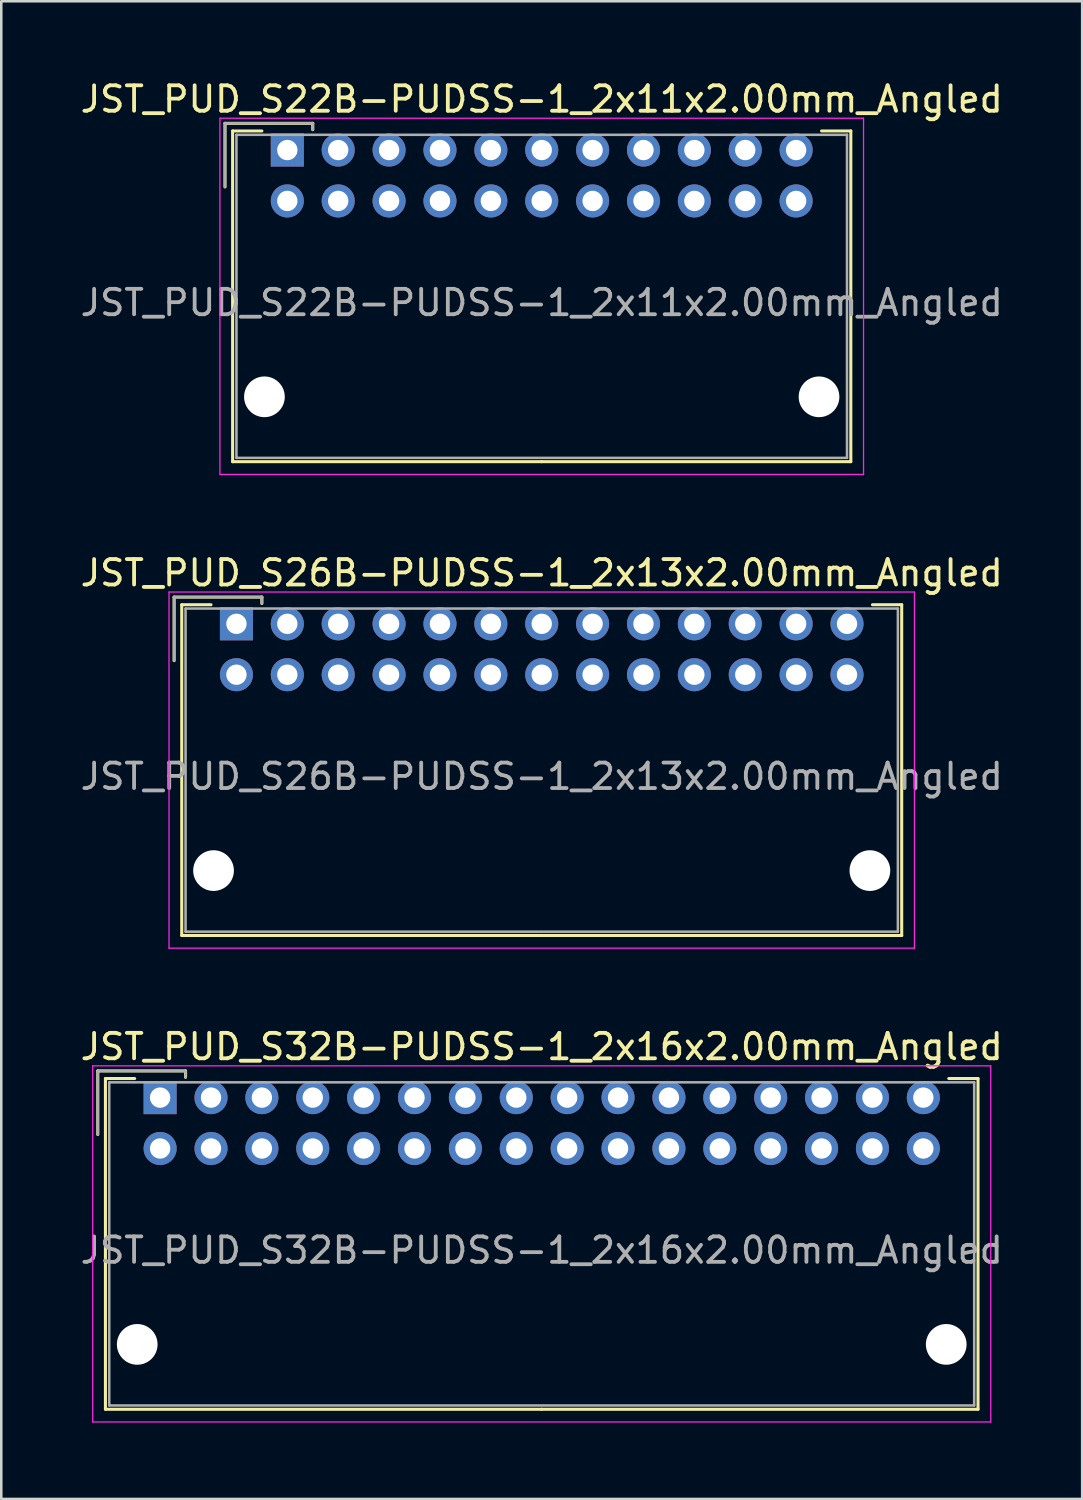
<source format=kicad_pcb>
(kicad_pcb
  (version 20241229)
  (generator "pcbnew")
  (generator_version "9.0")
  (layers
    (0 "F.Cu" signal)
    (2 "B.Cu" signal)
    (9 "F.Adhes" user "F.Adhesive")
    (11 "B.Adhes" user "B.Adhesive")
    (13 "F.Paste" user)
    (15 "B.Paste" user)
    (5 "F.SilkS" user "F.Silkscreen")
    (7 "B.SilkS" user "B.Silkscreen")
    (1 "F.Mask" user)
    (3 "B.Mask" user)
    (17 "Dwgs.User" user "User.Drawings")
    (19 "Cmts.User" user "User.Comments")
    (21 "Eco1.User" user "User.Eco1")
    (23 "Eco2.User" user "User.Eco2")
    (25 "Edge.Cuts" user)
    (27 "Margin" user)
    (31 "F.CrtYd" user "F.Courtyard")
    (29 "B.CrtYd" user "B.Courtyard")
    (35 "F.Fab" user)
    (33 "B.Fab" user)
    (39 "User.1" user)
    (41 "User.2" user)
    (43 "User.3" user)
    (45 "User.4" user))
  (footprint "JST_PUD_S22B-PUDSS-1_2x11x2.00mm_Angled"
    (layer "F.Cu")
    (at 8.244 2.848)
    (property "Reference" "JST_PUD_S22B-PUDSS-1_2x11x2.00mm_Angled" (at 10 -2 0) (layer "F.SilkS") (effects (font (size 1 1) (thickness 0.15))))
    (attr through_hole)
    (fp_line (start -2.45 -1.05) (end -2.45 1.45) (stroke (width 0.12) (type solid)) (layer "F.SilkS"))
    (fp_line (start -2.15 -0.75) (end -2.15 12.25) (stroke (width 0.12) (type solid)) (layer "F.SilkS"))
    (fp_line (start -2.15 12.25) (end 10 12.25) (stroke (width 0.12) (type solid)) (layer "F.SilkS"))
    (fp_line (start -1 -0.75) (end -2.15 -0.75) (stroke (width 0.12) (type solid)) (layer "F.SilkS"))
    (fp_line (start 1 -1.05) (end -2.45 -1.05) (stroke (width 0.12) (type solid)) (layer "F.SilkS"))
    (fp_line (start 1 -0.8) (end 1 -1.05) (stroke (width 0.12) (type solid)) (layer "F.SilkS"))
    (fp_line (start 21 -0.75) (end 22.15 -0.75) (stroke (width 0.12) (type solid)) (layer "F.SilkS"))
    (fp_line (start 22.15 -0.75) (end 22.15 12.25) (stroke (width 0.12) (type solid)) (layer "F.SilkS"))
    (fp_line (start 22.15 12.25) (end 10 12.25) (stroke (width 0.12) (type solid)) (layer "F.SilkS"))
    (fp_line (start -2.65 -1.25) (end -2.65 12.75) (stroke (width 0.05) (type solid)) (layer "F.CrtYd"))
    (fp_line (start -2.65 12.75) (end 22.65 12.75) (stroke (width 0.05) (type solid)) (layer "F.CrtYd"))
    (fp_line (start 22.65 -1.25) (end -2.65 -1.25) (stroke (width 0.05) (type solid)) (layer "F.CrtYd"))
    (fp_line (start 22.65 12.75) (end 22.65 -1.25) (stroke (width 0.05) (type solid)) (layer "F.CrtYd"))
    (fp_line (start -2.45 -1.05) (end -2.45 1.45) (stroke (width 0.1) (type solid)) (layer "F.Fab"))
    (fp_line (start -2 -0.6) (end -2 12.1) (stroke (width 0.1) (type solid)) (layer "F.Fab"))
    (fp_line (start -2 12.1) (end 22 12.1) (stroke (width 0.1) (type solid)) (layer "F.Fab"))
    (fp_line (start 1 -1.05) (end -2.45 -1.05) (stroke (width 0.1) (type solid)) (layer "F.Fab"))
    (fp_line (start 1 -0.8) (end 1 -1.05) (stroke (width 0.1) (type solid)) (layer "F.Fab"))
    (fp_line (start 22 -0.6) (end -2 -0.6) (stroke (width 0.1) (type solid)) (layer "F.Fab"))
    (fp_line (start 22 12.1) (end 22 -0.6) (stroke (width 0.1) (type solid)) (layer "F.Fab"))
    (fp_text user "${REFERENCE}" (at 10 6 0) (layer "F.Fab") (effects (font (size 1 1) (thickness 0.15))))
    (pad "" np_thru_hole circle (at -0.9 9.7) (size 1.6 1.6) (drill 1.6) (layers "*.Cu"))
    (pad "" np_thru_hole circle (at 20.9 9.7) (size 1.6 1.6) (drill 1.6) (layers "*.Cu"))
    (pad "1" thru_hole rect (at 0 0) (size 1.3 1.3) (drill 0.8) (layers "*.Cu" "*.Mask"))
    (pad "2" thru_hole circle (at 0 2) (size 1.3 1.3) (drill 0.8) (layers "*.Cu" "*.Mask"))
    (pad "3" thru_hole circle (at 2 0) (size 1.3 1.3) (drill 0.8) (layers "*.Cu" "*.Mask"))
    (pad "4" thru_hole circle (at 2 2) (size 1.3 1.3) (drill 0.8) (layers "*.Cu" "*.Mask"))
    (pad "5" thru_hole circle (at 4 0) (size 1.3 1.3) (drill 0.8) (layers "*.Cu" "*.Mask"))
    (pad "6" thru_hole circle (at 4 2) (size 1.3 1.3) (drill 0.8) (layers "*.Cu" "*.Mask"))
    (pad "7" thru_hole circle (at 6 0) (size 1.3 1.3) (drill 0.8) (layers "*.Cu" "*.Mask"))
    (pad "8" thru_hole circle (at 6 2) (size 1.3 1.3) (drill 0.8) (layers "*.Cu" "*.Mask"))
    (pad "9" thru_hole circle (at 8 0) (size 1.3 1.3) (drill 0.8) (layers "*.Cu" "*.Mask"))
    (pad "10" thru_hole circle (at 8 2) (size 1.3 1.3) (drill 0.8) (layers "*.Cu" "*.Mask"))
    (pad "11" thru_hole circle (at 10 0) (size 1.3 1.3) (drill 0.8) (layers "*.Cu" "*.Mask"))
    (pad "12" thru_hole circle (at 10 2) (size 1.3 1.3) (drill 0.8) (layers "*.Cu" "*.Mask"))
    (pad "13" thru_hole circle (at 12 0) (size 1.3 1.3) (drill 0.8) (layers "*.Cu" "*.Mask"))
    (pad "14" thru_hole circle (at 12 2) (size 1.3 1.3) (drill 0.8) (layers "*.Cu" "*.Mask"))
    (pad "15" thru_hole circle (at 14 0) (size 1.3 1.3) (drill 0.8) (layers "*.Cu" "*.Mask"))
    (pad "16" thru_hole circle (at 14 2) (size 1.3 1.3) (drill 0.8) (layers "*.Cu" "*.Mask"))
    (pad "17" thru_hole circle (at 16 0) (size 1.3 1.3) (drill 0.8) (layers "*.Cu" "*.Mask"))
    (pad "18" thru_hole circle (at 16 2) (size 1.3 1.3) (drill 0.8) (layers "*.Cu" "*.Mask"))
    (pad "19" thru_hole circle (at 18 0) (size 1.3 1.3) (drill 0.8) (layers "*.Cu" "*.Mask"))
    (pad "20" thru_hole circle (at 18 2) (size 1.3 1.3) (drill 0.8) (layers "*.Cu" "*.Mask"))
    (pad "21" thru_hole circle (at 20 0) (size 1.3 1.3) (drill 0.8) (layers "*.Cu" "*.Mask"))
    (pad "22" thru_hole circle (at 20 2) (size 1.3 1.3) (drill 0.8) (layers "*.Cu" "*.Mask")))
  (footprint "JST_PUD_S32B-PUDSS-1_2x16x2.00mm_Angled"
    (layer "F.Cu")
    (at 3.244 40.095)
    (property "Reference" "JST_PUD_S32B-PUDSS-1_2x16x2.00mm_Angled" (at 15 -2 0) (layer "F.SilkS") (effects (font (size 1 1) (thickness 0.15))))
    (attr through_hole)
    (fp_line (start -2.45 -1.05) (end -2.45 1.45) (stroke (width 0.12) (type solid)) (layer "F.SilkS"))
    (fp_line (start -2.15 -0.75) (end -2.15 12.25) (stroke (width 0.12) (type solid)) (layer "F.SilkS"))
    (fp_line (start -2.15 12.25) (end 15 12.25) (stroke (width 0.12) (type solid)) (layer "F.SilkS"))
    (fp_line (start -1 -0.75) (end -2.15 -0.75) (stroke (width 0.12) (type solid)) (layer "F.SilkS"))
    (fp_line (start 1 -1.05) (end -2.45 -1.05) (stroke (width 0.12) (type solid)) (layer "F.SilkS"))
    (fp_line (start 1 -0.8) (end 1 -1.05) (stroke (width 0.12) (type solid)) (layer "F.SilkS"))
    (fp_line (start 31 -0.75) (end 32.15 -0.75) (stroke (width 0.12) (type solid)) (layer "F.SilkS"))
    (fp_line (start 32.15 -0.75) (end 32.15 12.25) (stroke (width 0.12) (type solid)) (layer "F.SilkS"))
    (fp_line (start 32.15 12.25) (end 15 12.25) (stroke (width 0.12) (type solid)) (layer "F.SilkS"))
    (fp_line (start -2.65 -1.25) (end -2.65 12.75) (stroke (width 0.05) (type solid)) (layer "F.CrtYd"))
    (fp_line (start -2.65 12.75) (end 32.65 12.75) (stroke (width 0.05) (type solid)) (layer "F.CrtYd"))
    (fp_line (start 32.65 -1.25) (end -2.65 -1.25) (stroke (width 0.05) (type solid)) (layer "F.CrtYd"))
    (fp_line (start 32.65 12.75) (end 32.65 -1.25) (stroke (width 0.05) (type solid)) (layer "F.CrtYd"))
    (fp_line (start -2.45 -1.05) (end -2.45 1.45) (stroke (width 0.1) (type solid)) (layer "F.Fab"))
    (fp_line (start -2 -0.6) (end -2 12.1) (stroke (width 0.1) (type solid)) (layer "F.Fab"))
    (fp_line (start -2 12.1) (end 32 12.1) (stroke (width 0.1) (type solid)) (layer "F.Fab"))
    (fp_line (start 1 -1.05) (end -2.45 -1.05) (stroke (width 0.1) (type solid)) (layer "F.Fab"))
    (fp_line (start 1 -0.8) (end 1 -1.05) (stroke (width 0.1) (type solid)) (layer "F.Fab"))
    (fp_line (start 32 -0.6) (end -2 -0.6) (stroke (width 0.1) (type solid)) (layer "F.Fab"))
    (fp_line (start 32 12.1) (end 32 -0.6) (stroke (width 0.1) (type solid)) (layer "F.Fab"))
    (fp_text user "${REFERENCE}" (at 15 6 0) (layer "F.Fab") (effects (font (size 1 1) (thickness 0.15))))
    (pad "" np_thru_hole circle (at -0.9 9.7) (size 1.6 1.6) (drill 1.6) (layers "*.Cu"))
    (pad "" np_thru_hole circle (at 30.9 9.7) (size 1.6 1.6) (drill 1.6) (layers "*.Cu"))
    (pad "1" thru_hole rect (at 0 0) (size 1.3 1.3) (drill 0.8) (layers "*.Cu" "*.Mask"))
    (pad "2" thru_hole circle (at 0 2) (size 1.3 1.3) (drill 0.8) (layers "*.Cu" "*.Mask"))
    (pad "3" thru_hole circle (at 2 0) (size 1.3 1.3) (drill 0.8) (layers "*.Cu" "*.Mask"))
    (pad "4" thru_hole circle (at 2 2) (size 1.3 1.3) (drill 0.8) (layers "*.Cu" "*.Mask"))
    (pad "5" thru_hole circle (at 4 0) (size 1.3 1.3) (drill 0.8) (layers "*.Cu" "*.Mask"))
    (pad "6" thru_hole circle (at 4 2) (size 1.3 1.3) (drill 0.8) (layers "*.Cu" "*.Mask"))
    (pad "7" thru_hole circle (at 6 0) (size 1.3 1.3) (drill 0.8) (layers "*.Cu" "*.Mask"))
    (pad "8" thru_hole circle (at 6 2) (size 1.3 1.3) (drill 0.8) (layers "*.Cu" "*.Mask"))
    (pad "9" thru_hole circle (at 8 0) (size 1.3 1.3) (drill 0.8) (layers "*.Cu" "*.Mask"))
    (pad "10" thru_hole circle (at 8 2) (size 1.3 1.3) (drill 0.8) (layers "*.Cu" "*.Mask"))
    (pad "11" thru_hole circle (at 10 0) (size 1.3 1.3) (drill 0.8) (layers "*.Cu" "*.Mask"))
    (pad "12" thru_hole circle (at 10 2) (size 1.3 1.3) (drill 0.8) (layers "*.Cu" "*.Mask"))
    (pad "13" thru_hole circle (at 12 0) (size 1.3 1.3) (drill 0.8) (layers "*.Cu" "*.Mask"))
    (pad "14" thru_hole circle (at 12 2) (size 1.3 1.3) (drill 0.8) (layers "*.Cu" "*.Mask"))
    (pad "15" thru_hole circle (at 14 0) (size 1.3 1.3) (drill 0.8) (layers "*.Cu" "*.Mask"))
    (pad "16" thru_hole circle (at 14 2) (size 1.3 1.3) (drill 0.8) (layers "*.Cu" "*.Mask"))
    (pad "17" thru_hole circle (at 16 0) (size 1.3 1.3) (drill 0.8) (layers "*.Cu" "*.Mask"))
    (pad "18" thru_hole circle (at 16 2) (size 1.3 1.3) (drill 0.8) (layers "*.Cu" "*.Mask"))
    (pad "19" thru_hole circle (at 18 0) (size 1.3 1.3) (drill 0.8) (layers "*.Cu" "*.Mask"))
    (pad "20" thru_hole circle (at 18 2) (size 1.3 1.3) (drill 0.8) (layers "*.Cu" "*.Mask"))
    (pad "21" thru_hole circle (at 20 0) (size 1.3 1.3) (drill 0.8) (layers "*.Cu" "*.Mask"))
    (pad "22" thru_hole circle (at 20 2) (size 1.3 1.3) (drill 0.8) (layers "*.Cu" "*.Mask"))
    (pad "23" thru_hole circle (at 22 0) (size 1.3 1.3) (drill 0.8) (layers "*.Cu" "*.Mask"))
    (pad "24" thru_hole circle (at 22 2) (size 1.3 1.3) (drill 0.8) (layers "*.Cu" "*.Mask"))
    (pad "25" thru_hole circle (at 24 0) (size 1.3 1.3) (drill 0.8) (layers "*.Cu" "*.Mask"))
    (pad "26" thru_hole circle (at 24 2) (size 1.3 1.3) (drill 0.8) (layers "*.Cu" "*.Mask"))
    (pad "27" thru_hole circle (at 26 0) (size 1.3 1.3) (drill 0.8) (layers "*.Cu" "*.Mask"))
    (pad "28" thru_hole circle (at 26 2) (size 1.3 1.3) (drill 0.8) (layers "*.Cu" "*.Mask"))
    (pad "29" thru_hole circle (at 28 0) (size 1.3 1.3) (drill 0.8) (layers "*.Cu" "*.Mask"))
    (pad "30" thru_hole circle (at 28 2) (size 1.3 1.3) (drill 0.8) (layers "*.Cu" "*.Mask"))
    (pad "31" thru_hole circle (at 30 0) (size 1.3 1.3) (drill 0.8) (layers "*.Cu" "*.Mask"))
    (pad "32" thru_hole circle (at 30 2) (size 1.3 1.3) (drill 0.8) (layers "*.Cu" "*.Mask")))
  (footprint "JST_PUD_S26B-PUDSS-1_2x13x2.00mm_Angled"
    (layer "F.Cu")
    (at 6.244 21.471)
    (property "Reference" "JST_PUD_S26B-PUDSS-1_2x13x2.00mm_Angled" (at 12 -2 0) (layer "F.SilkS") (effects (font (size 1 1) (thickness 0.15))))
    (attr through_hole)
    (fp_line (start -2.45 -1.05) (end -2.45 1.45) (stroke (width 0.12) (type solid)) (layer "F.SilkS"))
    (fp_line (start -2.15 -0.75) (end -2.15 12.25) (stroke (width 0.12) (type solid)) (layer "F.SilkS"))
    (fp_line (start -2.15 12.25) (end 12 12.25) (stroke (width 0.12) (type solid)) (layer "F.SilkS"))
    (fp_line (start -1 -0.75) (end -2.15 -0.75) (stroke (width 0.12) (type solid)) (layer "F.SilkS"))
    (fp_line (start 1 -1.05) (end -2.45 -1.05) (stroke (width 0.12) (type solid)) (layer "F.SilkS"))
    (fp_line (start 1 -0.8) (end 1 -1.05) (stroke (width 0.12) (type solid)) (layer "F.SilkS"))
    (fp_line (start 25 -0.75) (end 26.15 -0.75) (stroke (width 0.12) (type solid)) (layer "F.SilkS"))
    (fp_line (start 26.15 -0.75) (end 26.15 12.25) (stroke (width 0.12) (type solid)) (layer "F.SilkS"))
    (fp_line (start 26.15 12.25) (end 12 12.25) (stroke (width 0.12) (type solid)) (layer "F.SilkS"))
    (fp_line (start -2.65 -1.25) (end -2.65 12.75) (stroke (width 0.05) (type solid)) (layer "F.CrtYd"))
    (fp_line (start -2.65 12.75) (end 26.65 12.75) (stroke (width 0.05) (type solid)) (layer "F.CrtYd"))
    (fp_line (start 26.65 -1.25) (end -2.65 -1.25) (stroke (width 0.05) (type solid)) (layer "F.CrtYd"))
    (fp_line (start 26.65 12.75) (end 26.65 -1.25) (stroke (width 0.05) (type solid)) (layer "F.CrtYd"))
    (fp_line (start -2.45 -1.05) (end -2.45 1.45) (stroke (width 0.1) (type solid)) (layer "F.Fab"))
    (fp_line (start -2 -0.6) (end -2 12.1) (stroke (width 0.1) (type solid)) (layer "F.Fab"))
    (fp_line (start -2 12.1) (end 26 12.1) (stroke (width 0.1) (type solid)) (layer "F.Fab"))
    (fp_line (start 1 -1.05) (end -2.45 -1.05) (stroke (width 0.1) (type solid)) (layer "F.Fab"))
    (fp_line (start 1 -0.8) (end 1 -1.05) (stroke (width 0.1) (type solid)) (layer "F.Fab"))
    (fp_line (start 26 -0.6) (end -2 -0.6) (stroke (width 0.1) (type solid)) (layer "F.Fab"))
    (fp_line (start 26 12.1) (end 26 -0.6) (stroke (width 0.1) (type solid)) (layer "F.Fab"))
    (fp_text user "${REFERENCE}" (at 12 6 0) (layer "F.Fab") (effects (font (size 1 1) (thickness 0.15))))
    (pad "" np_thru_hole circle (at -0.9 9.7) (size 1.6 1.6) (drill 1.6) (layers "*.Cu"))
    (pad "" np_thru_hole circle (at 24.9 9.7) (size 1.6 1.6) (drill 1.6) (layers "*.Cu"))
    (pad "1" thru_hole rect (at 0 0) (size 1.3 1.3) (drill 0.8) (layers "*.Cu" "*.Mask"))
    (pad "2" thru_hole circle (at 0 2) (size 1.3 1.3) (drill 0.8) (layers "*.Cu" "*.Mask"))
    (pad "3" thru_hole circle (at 2 0) (size 1.3 1.3) (drill 0.8) (layers "*.Cu" "*.Mask"))
    (pad "4" thru_hole circle (at 2 2) (size 1.3 1.3) (drill 0.8) (layers "*.Cu" "*.Mask"))
    (pad "5" thru_hole circle (at 4 0) (size 1.3 1.3) (drill 0.8) (layers "*.Cu" "*.Mask"))
    (pad "6" thru_hole circle (at 4 2) (size 1.3 1.3) (drill 0.8) (layers "*.Cu" "*.Mask"))
    (pad "7" thru_hole circle (at 6 0) (size 1.3 1.3) (drill 0.8) (layers "*.Cu" "*.Mask"))
    (pad "8" thru_hole circle (at 6 2) (size 1.3 1.3) (drill 0.8) (layers "*.Cu" "*.Mask"))
    (pad "9" thru_hole circle (at 8 0) (size 1.3 1.3) (drill 0.8) (layers "*.Cu" "*.Mask"))
    (pad "10" thru_hole circle (at 8 2) (size 1.3 1.3) (drill 0.8) (layers "*.Cu" "*.Mask"))
    (pad "11" thru_hole circle (at 10 0) (size 1.3 1.3) (drill 0.8) (layers "*.Cu" "*.Mask"))
    (pad "12" thru_hole circle (at 10 2) (size 1.3 1.3) (drill 0.8) (layers "*.Cu" "*.Mask"))
    (pad "13" thru_hole circle (at 12 0) (size 1.3 1.3) (drill 0.8) (layers "*.Cu" "*.Mask"))
    (pad "14" thru_hole circle (at 12 2) (size 1.3 1.3) (drill 0.8) (layers "*.Cu" "*.Mask"))
    (pad "15" thru_hole circle (at 14 0) (size 1.3 1.3) (drill 0.8) (layers "*.Cu" "*.Mask"))
    (pad "16" thru_hole circle (at 14 2) (size 1.3 1.3) (drill 0.8) (layers "*.Cu" "*.Mask"))
    (pad "17" thru_hole circle (at 16 0) (size 1.3 1.3) (drill 0.8) (layers "*.Cu" "*.Mask"))
    (pad "18" thru_hole circle (at 16 2) (size 1.3 1.3) (drill 0.8) (layers "*.Cu" "*.Mask"))
    (pad "19" thru_hole circle (at 18 0) (size 1.3 1.3) (drill 0.8) (layers "*.Cu" "*.Mask"))
    (pad "20" thru_hole circle (at 18 2) (size 1.3 1.3) (drill 0.8) (layers "*.Cu" "*.Mask"))
    (pad "21" thru_hole circle (at 20 0) (size 1.3 1.3) (drill 0.8) (layers "*.Cu" "*.Mask"))
    (pad "22" thru_hole circle (at 20 2) (size 1.3 1.3) (drill 0.8) (layers "*.Cu" "*.Mask"))
    (pad "23" thru_hole circle (at 22 0) (size 1.3 1.3) (drill 0.8) (layers "*.Cu" "*.Mask"))
    (pad "24" thru_hole circle (at 22 2) (size 1.3 1.3) (drill 0.8) (layers "*.Cu" "*.Mask"))
    (pad "25" thru_hole circle (at 24 0) (size 1.3 1.3) (drill 0.8) (layers "*.Cu" "*.Mask"))
    (pad "26" thru_hole circle (at 24 2) (size 1.3 1.3) (drill 0.8) (layers "*.Cu" "*.Mask")))
  (gr_rect
    (start -3 -3)
    (end 39.488 55.87)
    (stroke (width 0.1) (type default))
    (fill no)
    (layer "Edge.Cuts")))
</source>
